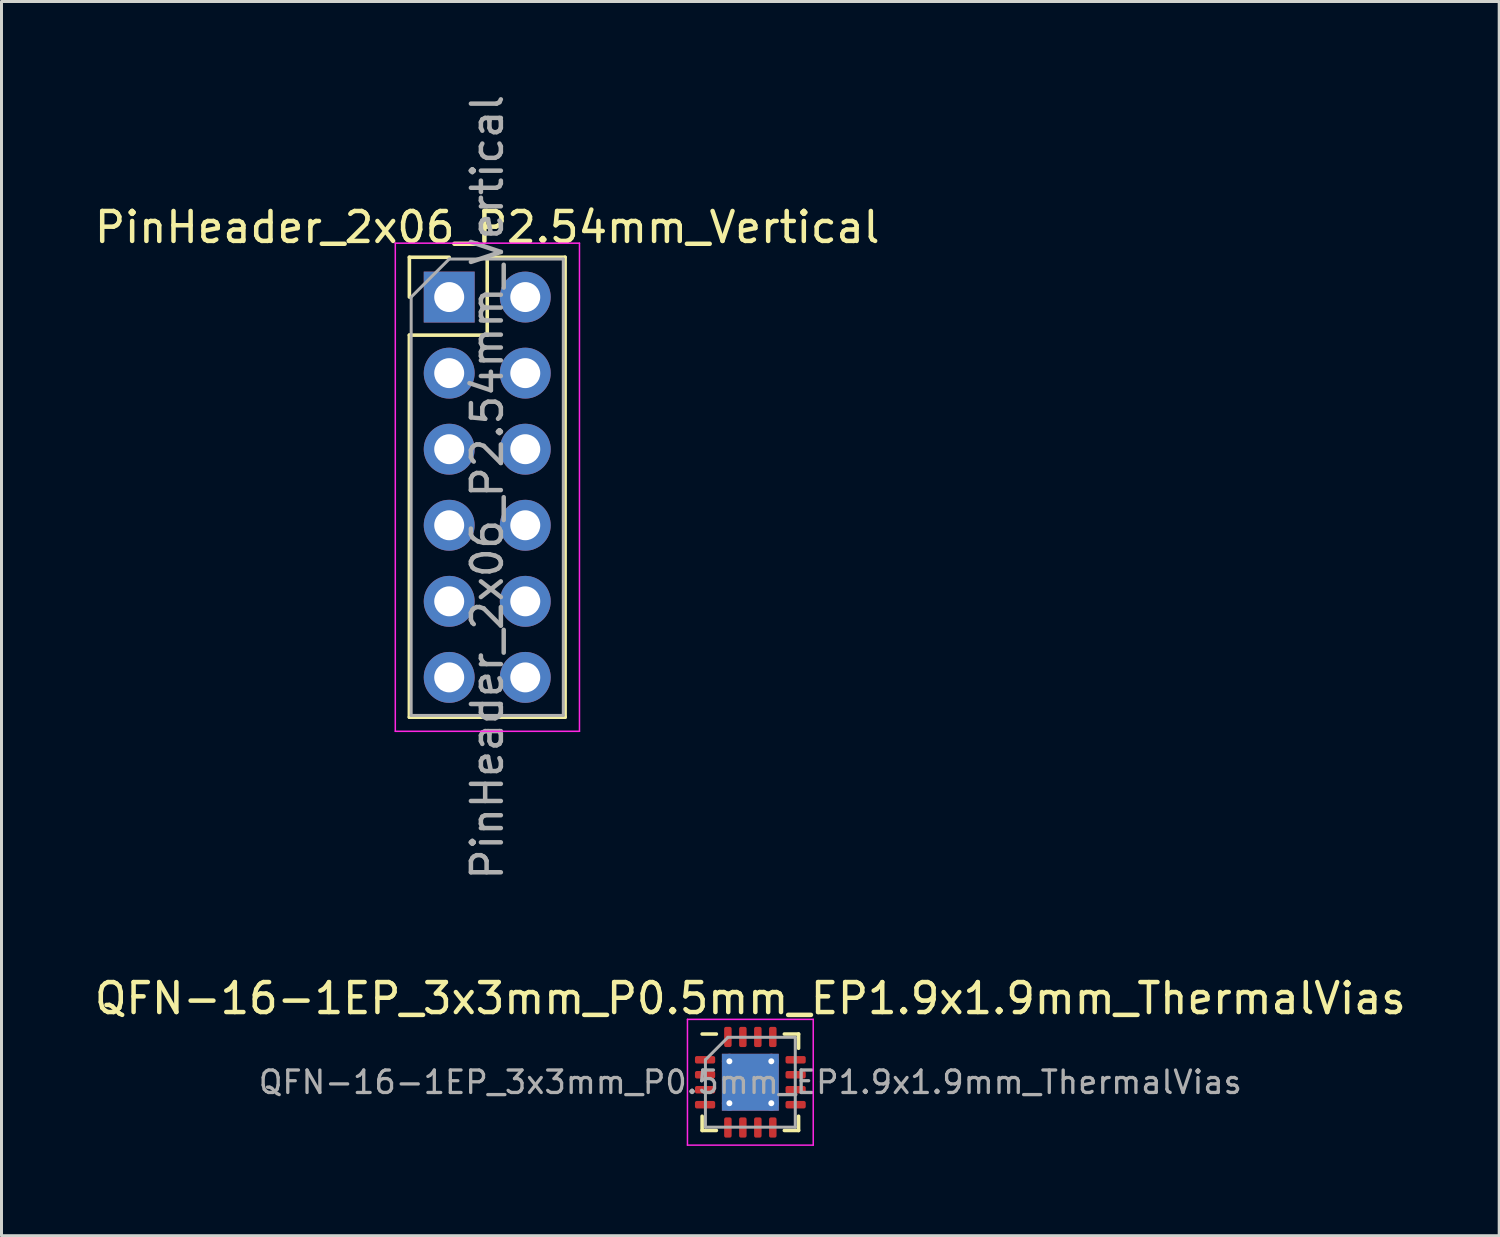
<source format=kicad_pcb>
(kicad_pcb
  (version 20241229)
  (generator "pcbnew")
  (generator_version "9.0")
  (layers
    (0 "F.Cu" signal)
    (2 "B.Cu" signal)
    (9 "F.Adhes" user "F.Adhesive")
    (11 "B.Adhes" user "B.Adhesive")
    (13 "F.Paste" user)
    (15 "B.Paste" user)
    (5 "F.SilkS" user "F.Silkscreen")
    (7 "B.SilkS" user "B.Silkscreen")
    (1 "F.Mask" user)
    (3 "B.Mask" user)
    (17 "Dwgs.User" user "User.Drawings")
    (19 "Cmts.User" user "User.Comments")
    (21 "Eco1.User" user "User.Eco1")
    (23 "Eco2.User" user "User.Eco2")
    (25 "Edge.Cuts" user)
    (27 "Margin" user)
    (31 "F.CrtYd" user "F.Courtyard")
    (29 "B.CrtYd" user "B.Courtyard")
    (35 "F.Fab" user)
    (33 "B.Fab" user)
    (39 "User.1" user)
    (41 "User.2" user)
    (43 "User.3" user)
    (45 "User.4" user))
  (footprint "QFN-16-1EP_3x3mm_P0.5mm_EP1.9x1.9mm_ThermalVias"
    (layer "F.Cu")
    (at 22.006 33.089)
    (property "Reference" "QFN-16-1EP_3x3mm_P0.5mm_EP1.9x1.9mm_ThermalVias" (at 0 -2.8 0) (layer "F.SilkS") (effects (font (size 1 1) (thickness 0.15))))
    (attr smd)
    (fp_line (start -1.61 1.61) (end -1.61 1.135) (stroke (width 0.12) (type solid)) (layer "F.SilkS"))
    (fp_line (start -1.135 -1.61) (end -1.61 -1.61) (stroke (width 0.12) (type solid)) (layer "F.SilkS"))
    (fp_line (start -1.135 1.61) (end -1.61 1.61) (stroke (width 0.12) (type solid)) (layer "F.SilkS"))
    (fp_line (start 1.135 -1.61) (end 1.61 -1.61) (stroke (width 0.12) (type solid)) (layer "F.SilkS"))
    (fp_line (start 1.135 1.61) (end 1.61 1.61) (stroke (width 0.12) (type solid)) (layer "F.SilkS"))
    (fp_line (start 1.61 -1.61) (end 1.61 -1.135) (stroke (width 0.12) (type solid)) (layer "F.SilkS"))
    (fp_line (start 1.61 1.61) (end 1.61 1.135) (stroke (width 0.12) (type solid)) (layer "F.SilkS"))
    (fp_line (start -2.1 -2.1) (end -2.1 2.1) (stroke (width 0.05) (type solid)) (layer "F.CrtYd"))
    (fp_line (start -2.1 2.1) (end 2.1 2.1) (stroke (width 0.05) (type solid)) (layer "F.CrtYd"))
    (fp_line (start 2.1 -2.1) (end -2.1 -2.1) (stroke (width 0.05) (type solid)) (layer "F.CrtYd"))
    (fp_line (start 2.1 2.1) (end 2.1 -2.1) (stroke (width 0.05) (type solid)) (layer "F.CrtYd"))
    (fp_line (start -1.5 -0.75) (end -0.75 -1.5) (stroke (width 0.1) (type solid)) (layer "F.Fab"))
    (fp_line (start -1.5 1.5) (end -1.5 -0.75) (stroke (width 0.1) (type solid)) (layer "F.Fab"))
    (fp_line (start -0.75 -1.5) (end 1.5 -1.5) (stroke (width 0.1) (type solid)) (layer "F.Fab"))
    (fp_line (start 1.5 -1.5) (end 1.5 1.5) (stroke (width 0.1) (type solid)) (layer "F.Fab"))
    (fp_line (start 1.5 1.5) (end -1.5 1.5) (stroke (width 0.1) (type solid)) (layer "F.Fab"))
    (fp_text user "${REFERENCE}" (at 0 0 0) (layer "F.Fab") (effects (font (size 0.75 0.75) (thickness 0.11))))
    (pad "" smd roundrect (at -0.475 -0.475) (size 0.82 0.82) (layers "F.Paste") (roundrect_rratio 0.25))
    (pad "" smd roundrect (at -0.475 0.475) (size 0.82 0.82) (layers "F.Paste") (roundrect_rratio 0.25))
    (pad "" smd roundrect (at 0.475 -0.475) (size 0.82 0.82) (layers "F.Paste") (roundrect_rratio 0.25))
    (pad "" smd roundrect (at 0.475 0.475) (size 0.82 0.82) (layers "F.Paste") (roundrect_rratio 0.25))
    (pad "1" smd roundrect (at -1.512 -0.75) (size 0.675 0.25) (layers "F.Cu" "F.Mask" "F.Paste") (roundrect_rratio 0.25))
    (pad "2" smd roundrect (at -1.512 -0.25) (size 0.675 0.25) (layers "F.Cu" "F.Mask" "F.Paste") (roundrect_rratio 0.25))
    (pad "3" smd roundrect (at -1.512 0.25) (size 0.675 0.25) (layers "F.Cu" "F.Mask" "F.Paste") (roundrect_rratio 0.25))
    (pad "4" smd roundrect (at -1.512 0.75) (size 0.675 0.25) (layers "F.Cu" "F.Mask" "F.Paste") (roundrect_rratio 0.25))
    (pad "5" smd roundrect (at -0.75 1.512) (size 0.25 0.675) (layers "F.Cu" "F.Mask" "F.Paste") (roundrect_rratio 0.25))
    (pad "6" smd roundrect (at -0.25 1.512) (size 0.25 0.675) (layers "F.Cu" "F.Mask" "F.Paste") (roundrect_rratio 0.25))
    (pad "7" smd roundrect (at 0.25 1.512) (size 0.25 0.675) (layers "F.Cu" "F.Mask" "F.Paste") (roundrect_rratio 0.25))
    (pad "8" smd roundrect (at 0.75 1.512) (size 0.25 0.675) (layers "F.Cu" "F.Mask" "F.Paste") (roundrect_rratio 0.25))
    (pad "9" smd roundrect (at 1.512 0.75) (size 0.675 0.25) (layers "F.Cu" "F.Mask" "F.Paste") (roundrect_rratio 0.25))
    (pad "10" smd roundrect (at 1.512 0.25) (size 0.675 0.25) (layers "F.Cu" "F.Mask" "F.Paste") (roundrect_rratio 0.25))
    (pad "11" smd roundrect (at 1.512 -0.25) (size 0.675 0.25) (layers "F.Cu" "F.Mask" "F.Paste") (roundrect_rratio 0.25))
    (pad "12" smd roundrect (at 1.512 -0.75) (size 0.675 0.25) (layers "F.Cu" "F.Mask" "F.Paste") (roundrect_rratio 0.25))
    (pad "13" smd roundrect (at 0.75 -1.512) (size 0.25 0.675) (layers "F.Cu" "F.Mask" "F.Paste") (roundrect_rratio 0.25))
    (pad "14" smd roundrect (at 0.25 -1.512) (size 0.25 0.675) (layers "F.Cu" "F.Mask" "F.Paste") (roundrect_rratio 0.25))
    (pad "15" smd roundrect (at -0.25 -1.512) (size 0.25 0.675) (layers "F.Cu" "F.Mask" "F.Paste") (roundrect_rratio 0.25))
    (pad "16" smd roundrect (at -0.75 -1.512) (size 0.25 0.675) (layers "F.Cu" "F.Mask" "F.Paste") (roundrect_rratio 0.25))
    (pad "17" thru_hole circle (at -0.7 -0.7) (size 0.5 0.5) (drill 0.2) (layers "*.Cu"))
    (pad "17" thru_hole circle (at -0.7 0.7) (size 0.5 0.5) (drill 0.2) (layers "*.Cu"))
    (pad "17" smd rect (at 0 0) (size 1.9 1.9) (layers "F.Cu" "F.Mask"))
    (pad "17" smd rect (at 0 0) (size 1.9 1.9) (layers "B.Cu"))
    (pad "17" thru_hole circle (at 0.7 -0.7) (size 0.5 0.5) (drill 0.2) (layers "*.Cu"))
    (pad "17" thru_hole circle (at 0.7 0.7) (size 0.5 0.5) (drill 0.2) (layers "*.Cu")))
  (footprint "PinHeader_2x06_P2.54mm_Vertical"
    (layer "F.Cu")
    (at 11.95 6.87)
    (property "Reference" "PinHeader_2x06_P2.54mm_Vertical" (at 1.27 -2.33 0) (layer "F.SilkS") (effects (font (size 1 1) (thickness 0.15))))
    (attr through_hole)
    (fp_line (start -1.33 -1.33) (end 0 -1.33) (stroke (width 0.12) (type solid)) (layer "F.SilkS"))
    (fp_line (start -1.33 0) (end -1.33 -1.33) (stroke (width 0.12) (type solid)) (layer "F.SilkS"))
    (fp_line (start -1.33 1.27) (end -1.33 14.03) (stroke (width 0.12) (type solid)) (layer "F.SilkS"))
    (fp_line (start -1.33 1.27) (end 1.27 1.27) (stroke (width 0.12) (type solid)) (layer "F.SilkS"))
    (fp_line (start -1.33 14.03) (end 3.87 14.03) (stroke (width 0.12) (type solid)) (layer "F.SilkS"))
    (fp_line (start 1.27 -1.33) (end 3.87 -1.33) (stroke (width 0.12) (type solid)) (layer "F.SilkS"))
    (fp_line (start 1.27 1.27) (end 1.27 -1.33) (stroke (width 0.12) (type solid)) (layer "F.SilkS"))
    (fp_line (start 3.87 -1.33) (end 3.87 14.03) (stroke (width 0.12) (type solid)) (layer "F.SilkS"))
    (fp_line (start -1.8 -1.8) (end -1.8 14.5) (stroke (width 0.05) (type solid)) (layer "F.CrtYd"))
    (fp_line (start -1.8 14.5) (end 4.35 14.5) (stroke (width 0.05) (type solid)) (layer "F.CrtYd"))
    (fp_line (start 4.35 -1.8) (end -1.8 -1.8) (stroke (width 0.05) (type solid)) (layer "F.CrtYd"))
    (fp_line (start 4.35 14.5) (end 4.35 -1.8) (stroke (width 0.05) (type solid)) (layer "F.CrtYd"))
    (fp_line (start -1.27 0) (end 0 -1.27) (stroke (width 0.1) (type solid)) (layer "F.Fab"))
    (fp_line (start -1.27 13.97) (end -1.27 0) (stroke (width 0.1) (type solid)) (layer "F.Fab"))
    (fp_line (start 0 -1.27) (end 3.81 -1.27) (stroke (width 0.1) (type solid)) (layer "F.Fab"))
    (fp_line (start 3.81 -1.27) (end 3.81 13.97) (stroke (width 0.1) (type solid)) (layer "F.Fab"))
    (fp_line (start 3.81 13.97) (end -1.27 13.97) (stroke (width 0.1) (type solid)) (layer "F.Fab"))
    (fp_text user "${REFERENCE}" (at 1.27 6.35 90) (layer "F.Fab") (effects (font (size 1 1) (thickness 0.15))))
    (pad "1" thru_hole rect (at 0 0) (size 1.7 1.7) (drill 1) (layers "*.Cu" "*.Mask"))
    (pad "2" thru_hole oval (at 2.54 0) (size 1.7 1.7) (drill 1) (layers "*.Cu" "*.Mask"))
    (pad "3" thru_hole oval (at 0 2.54) (size 1.7 1.7) (drill 1) (layers "*.Cu" "*.Mask"))
    (pad "4" thru_hole oval (at 2.54 2.54) (size 1.7 1.7) (drill 1) (layers "*.Cu" "*.Mask"))
    (pad "5" thru_hole oval (at 0 5.08) (size 1.7 1.7) (drill 1) (layers "*.Cu" "*.Mask"))
    (pad "6" thru_hole oval (at 2.54 5.08) (size 1.7 1.7) (drill 1) (layers "*.Cu" "*.Mask"))
    (pad "7" thru_hole oval (at 0 7.62) (size 1.7 1.7) (drill 1) (layers "*.Cu" "*.Mask"))
    (pad "8" thru_hole oval (at 2.54 7.62) (size 1.7 1.7) (drill 1) (layers "*.Cu" "*.Mask"))
    (pad "9" thru_hole oval (at 0 10.16) (size 1.7 1.7) (drill 1) (layers "*.Cu" "*.Mask"))
    (pad "10" thru_hole oval (at 2.54 10.16) (size 1.7 1.7) (drill 1) (layers "*.Cu" "*.Mask"))
    (pad "11" thru_hole oval (at 0 12.7) (size 1.7 1.7) (drill 1) (layers "*.Cu" "*.Mask"))
    (pad "12" thru_hole oval (at 2.54 12.7) (size 1.7 1.7) (drill 1) (layers "*.Cu" "*.Mask")))
  (gr_rect
    (start -3 -3)
    (end 47.012 38.214)
    (stroke (width 0.1) (type default))
    (fill no)
    (layer "Edge.Cuts")))
</source>
